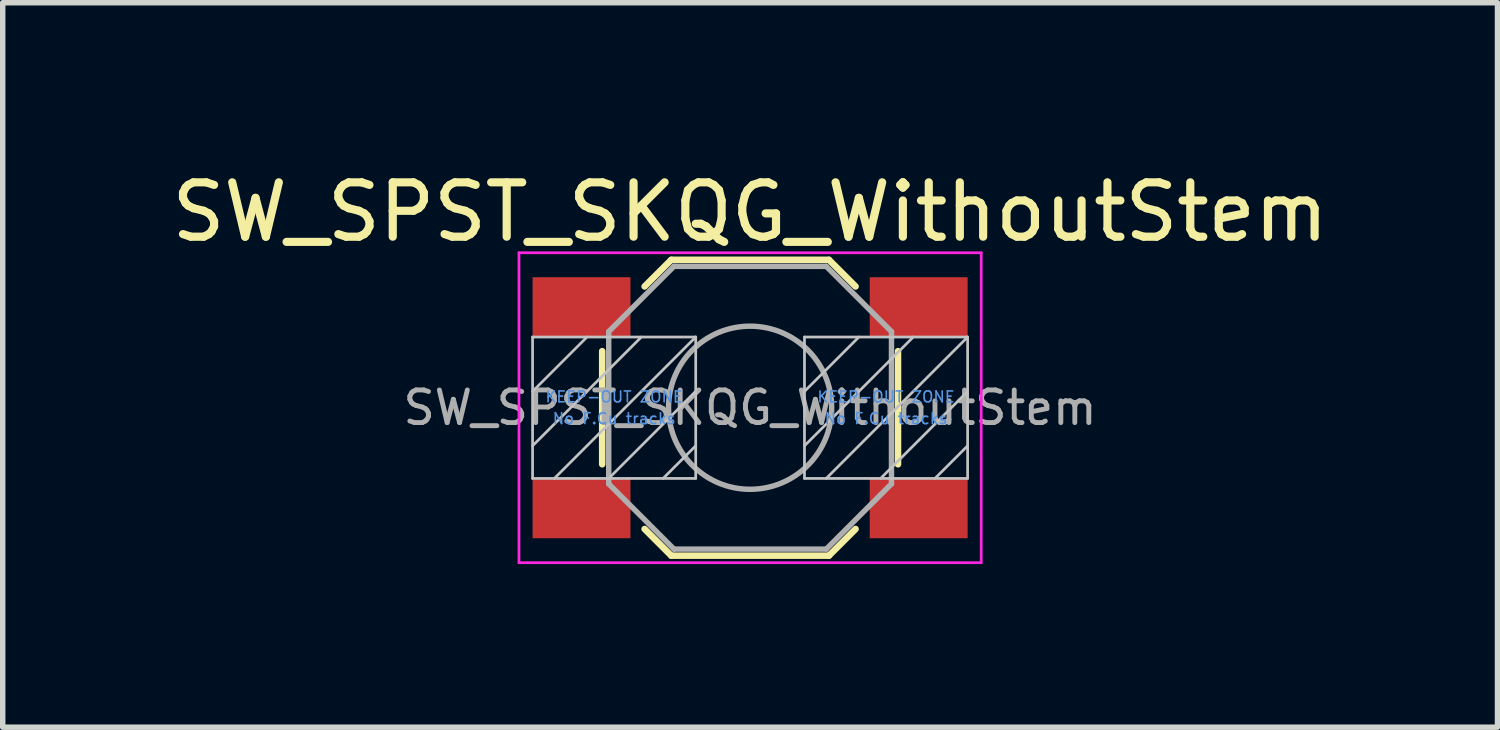
<source format=kicad_pcb>
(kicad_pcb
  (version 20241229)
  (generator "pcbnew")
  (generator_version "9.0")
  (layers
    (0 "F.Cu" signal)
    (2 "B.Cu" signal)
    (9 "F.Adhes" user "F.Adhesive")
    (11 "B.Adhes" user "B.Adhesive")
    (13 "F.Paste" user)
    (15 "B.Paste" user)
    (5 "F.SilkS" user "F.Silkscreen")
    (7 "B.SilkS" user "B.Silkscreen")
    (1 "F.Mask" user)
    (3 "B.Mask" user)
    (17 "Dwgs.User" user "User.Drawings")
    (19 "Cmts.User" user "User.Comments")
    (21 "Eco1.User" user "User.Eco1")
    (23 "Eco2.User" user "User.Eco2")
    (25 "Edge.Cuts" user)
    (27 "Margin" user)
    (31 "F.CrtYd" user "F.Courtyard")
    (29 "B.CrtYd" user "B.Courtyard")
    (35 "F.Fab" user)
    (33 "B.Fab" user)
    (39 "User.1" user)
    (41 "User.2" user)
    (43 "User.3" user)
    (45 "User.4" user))
  (footprint "SW_SPST_SKQG_WithoutStem"
    (layer "F.Cu")
    (at 10.744 4.448)
    (property "Reference" "SW_SPST_SKQG_WithoutStem" (at 0 -3.6 0) (layer "F.SilkS") (effects (font (size 1 1) (thickness 0.15))))
    (attr smd)
    (fp_line (start -2.72 1.04) (end -2.72 -1.04) (stroke (width 0.12) (type solid)) (layer "F.SilkS"))
    (fp_line (start -1.45 -2.72) (end -1.94 -2.23) (stroke (width 0.12) (type solid)) (layer "F.SilkS"))
    (fp_line (start -1.45 -2.72) (end 1.45 -2.72) (stroke (width 0.12) (type solid)) (layer "F.SilkS"))
    (fp_line (start -1.45 2.72) (end -1.94 2.23) (stroke (width 0.12) (type solid)) (layer "F.SilkS"))
    (fp_line (start -1.45 2.72) (end 1.45 2.72) (stroke (width 0.12) (type solid)) (layer "F.SilkS"))
    (fp_line (start 1.45 -2.72) (end 1.94 -2.23) (stroke (width 0.12) (type solid)) (layer "F.SilkS"))
    (fp_line (start 1.45 2.72) (end 1.94 2.23) (stroke (width 0.12) (type solid)) (layer "F.SilkS"))
    (fp_line (start 2.72 1.04) (end 2.72 -1.04) (stroke (width 0.12) (type solid)) (layer "F.SilkS"))
    (fp_line (start -4 -1.3) (end -1 -1.3) (stroke (width 0.05) (type solid)) (layer "Dwgs.User"))
    (fp_line (start -4 -0.3) (end -3 -1.3) (stroke (width 0.05) (type solid)) (layer "Dwgs.User"))
    (fp_line (start -4 0.7) (end -2 -1.3) (stroke (width 0.05) (type solid)) (layer "Dwgs.User"))
    (fp_line (start -4 1.3) (end -4 -1.3) (stroke (width 0.05) (type solid)) (layer "Dwgs.User"))
    (fp_line (start -2.6 1.3) (end -1 -0.3) (stroke (width 0.05) (type solid)) (layer "Dwgs.User"))
    (fp_line (start -1 -1.3) (end -3.6 1.3) (stroke (width 0.05) (type solid)) (layer "Dwgs.User"))
    (fp_line (start -1 -1.3) (end -1 1.3) (stroke (width 0.05) (type solid)) (layer "Dwgs.User"))
    (fp_line (start -1 0.7) (end -1.6 1.3) (stroke (width 0.05) (type solid)) (layer "Dwgs.User"))
    (fp_line (start -1 1.3) (end -4 1.3) (stroke (width 0.05) (type solid)) (layer "Dwgs.User"))
    (fp_line (start 1 -1.3) (end 4 -1.3) (stroke (width 0.05) (type solid)) (layer "Dwgs.User"))
    (fp_line (start 1 -0.3) (end 2 -1.3) (stroke (width 0.05) (type solid)) (layer "Dwgs.User"))
    (fp_line (start 1 0.7) (end 3 -1.3) (stroke (width 0.05) (type solid)) (layer "Dwgs.User"))
    (fp_line (start 1 1.3) (end 1 -1.3) (stroke (width 0.05) (type solid)) (layer "Dwgs.User"))
    (fp_line (start 2.4 1.3) (end 4 -0.3) (stroke (width 0.05) (type solid)) (layer "Dwgs.User"))
    (fp_line (start 4 -1.3) (end 1.4 1.3) (stroke (width 0.05) (type solid)) (layer "Dwgs.User"))
    (fp_line (start 4 -1.3) (end 4 1.3) (stroke (width 0.05) (type solid)) (layer "Dwgs.User"))
    (fp_line (start 4 0.7) (end 3.4 1.3) (stroke (width 0.05) (type solid)) (layer "Dwgs.User"))
    (fp_line (start 4 1.3) (end 1 1.3) (stroke (width 0.05) (type solid)) (layer "Dwgs.User"))
    (fp_line (start -4.25 -2.85) (end -4.25 2.85) (stroke (width 0.05) (type solid)) (layer "F.CrtYd"))
    (fp_line (start -4.25 2.85) (end 4.25 2.85) (stroke (width 0.05) (type solid)) (layer "F.CrtYd"))
    (fp_line (start 4.25 -2.85) (end -4.25 -2.85) (stroke (width 0.05) (type solid)) (layer "F.CrtYd"))
    (fp_line (start 4.25 2.85) (end 4.25 -2.85) (stroke (width 0.05) (type solid)) (layer "F.CrtYd"))
    (fp_line (start -2.6 -1.4) (end -1.4 -2.6) (stroke (width 0.1) (type solid)) (layer "F.Fab"))
    (fp_line (start -2.6 1.4) (end -2.6 -1.4) (stroke (width 0.1) (type solid)) (layer "F.Fab"))
    (fp_line (start -1.4 -2.6) (end 1.4 -2.6) (stroke (width 0.1) (type solid)) (layer "F.Fab"))
    (fp_line (start -1.4 2.6) (end -2.6 1.4) (stroke (width 0.1) (type solid)) (layer "F.Fab"))
    (fp_line (start 1.4 -2.6) (end 2.6 -1.4) (stroke (width 0.1) (type solid)) (layer "F.Fab"))
    (fp_line (start 1.4 2.6) (end -1.4 2.6) (stroke (width 0.1) (type solid)) (layer "F.Fab"))
    (fp_line (start 2.6 -1.4) (end 2.6 1.4) (stroke (width 0.1) (type solid)) (layer "F.Fab"))
    (fp_line (start 2.6 1.4) (end 1.4 2.6) (stroke (width 0.1) (type solid)) (layer "F.Fab"))
    (fp_circle (center 0 0) (end 1.5 0) (stroke (width 0.1) (type solid)) (fill no) (layer "F.Fab"))
    (fp_text user "KEEP-OUT ZONE" (at -2.5 -0.2 0) (layer "Cmts.User") (effects (font (size 0.2 0.2) (thickness 0.03))))
    (fp_text user "No F.Cu tracks" (at -2.5 0.2 0) (layer "Cmts.User") (effects (font (size 0.2 0.2) (thickness 0.03))))
    (fp_text user "KEEP-OUT ZONE" (at 2.5 -0.2 0) (layer "Cmts.User") (effects (font (size 0.2 0.2) (thickness 0.03))))
    (fp_text user "No F.Cu tracks" (at 2.5 0.2 0) (layer "Cmts.User") (effects (font (size 0.2 0.2) (thickness 0.03))))
    (fp_text user "${REFERENCE}" (at 0 0 0) (layer "F.Fab") (effects (font (size 0.6 0.6) (thickness 0.09))))
    (pad "1" smd rect (at -3.1 -1.85) (size 1.8 1.1) (layers "F.Cu" "F.Mask" "F.Paste"))
    (pad "1" smd rect (at 3.1 -1.85) (size 1.8 1.1) (layers "F.Cu" "F.Mask" "F.Paste"))
    (pad "2" smd rect (at -3.1 1.85) (size 1.8 1.1) (layers "F.Cu" "F.Mask" "F.Paste"))
    (pad "2" smd rect (at 3.1 1.85) (size 1.8 1.1) (layers "F.Cu" "F.Mask" "F.Paste")))
  (gr_rect
    (start -3 -3)
    (end 24.488 10.323)
    (stroke (width 0.1) (type default))
    (fill no)
    (layer "Edge.Cuts")))
</source>
